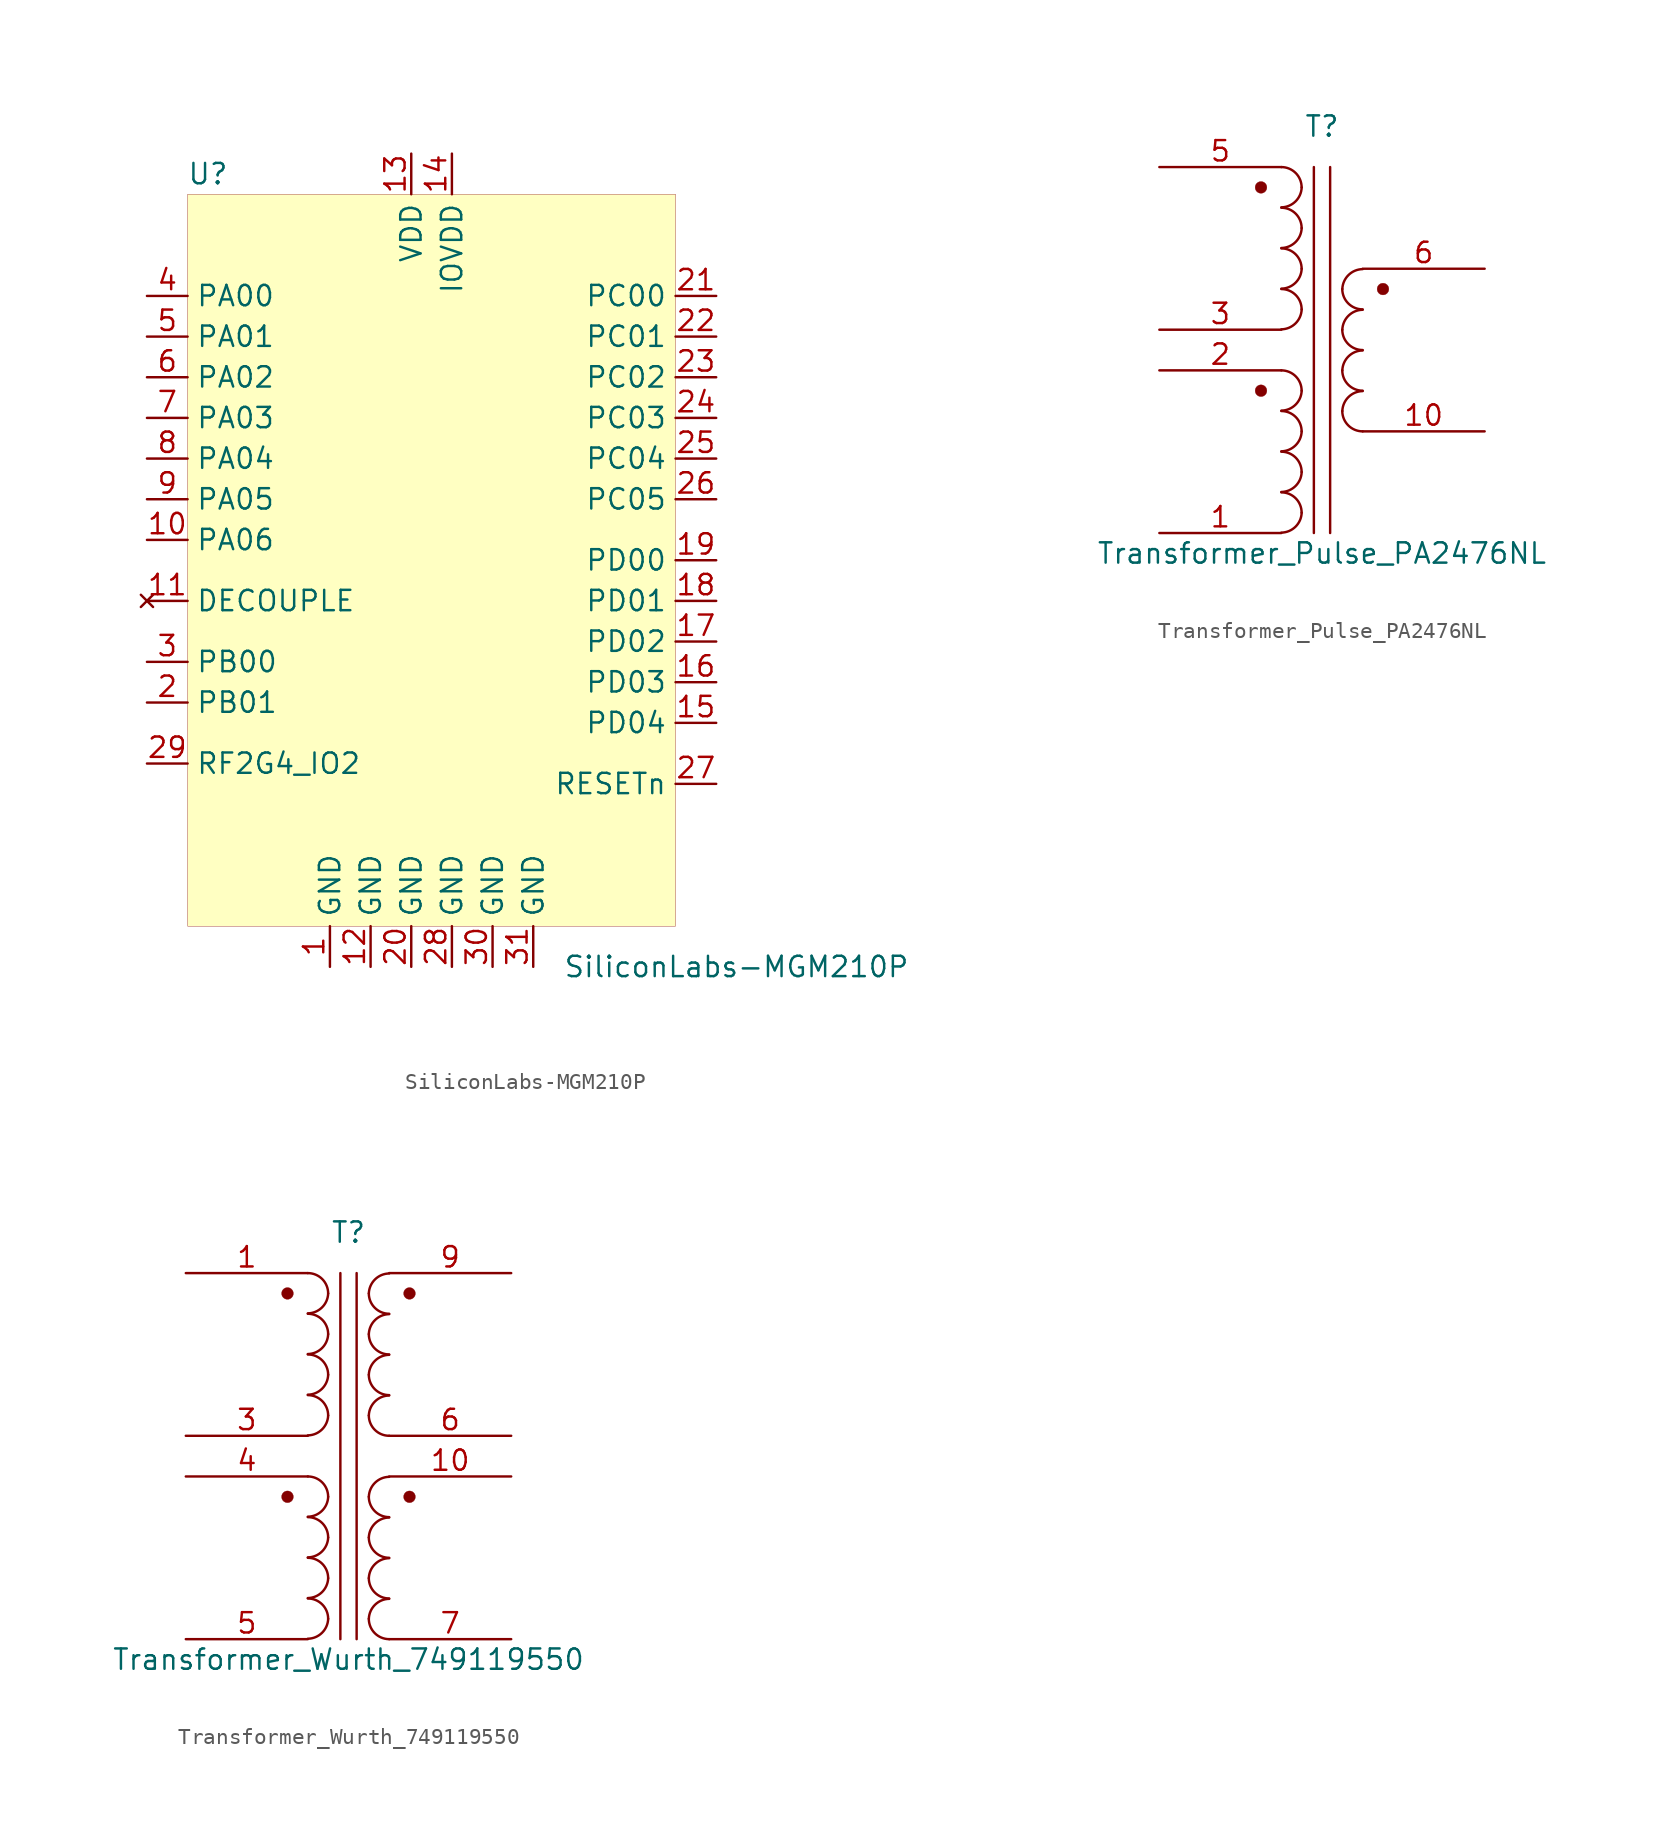
<source format=kicad_sym>
(kicad_symbol_lib
  (version 20211014)
  (generator kicad_symbol_editor)
  (symbol "SiliconLabs-MGM210P"
    (property "Reference" "U"
      (at -13.97 24.13 0)
      (effects (font (size 1.27 1.27))))
    (property "Value" "SiliconLabs-MGM210P"
      (at 19.05 -25.4 0)
      (effects (font (size 1.27 1.27))))
    (symbol "SiliconLabs-MGM210P_0_1"
      (rectangle (start -15.24 22.86) (end 15.24 -22.86) (stroke (width 0.001) (type default) (color 0 0 0 0)) (fill (type background))))
    (symbol "SiliconLabs-MGM210P_1_1"
      (pin power_in line (at -6.35 -25.4 90) (length 2.54) (name "GND" (effects (font (size 1.27 1.27)))) (number "1" (effects (font (size 1.27 1.27)))))
      (pin bidirectional line (at -17.78 1.27 0) (length 2.54) (name "PA06" (effects (font (size 1.27 1.27)))) (number "10" (effects (font (size 1.27 1.27)))))
      (pin no_connect line (at -17.78 -2.54 0) (length 2.54) (name "DECOUPLE" (effects (font (size 1.27 1.27)))) (number "11" (effects (font (size 1.27 1.27)))))
      (pin power_in line (at -3.81 -25.4 90) (length 2.54) (name "GND" (effects (font (size 1.27 1.27)))) (number "12" (effects (font (size 1.27 1.27)))))
      (pin power_in line (at -1.27 25.4 270) (length 2.54) (name "VDD" (effects (font (size 1.27 1.27)))) (number "13" (effects (font (size 1.27 1.27)))))
      (pin power_in line (at 1.27 25.4 270) (length 2.54) (name "IOVDD" (effects (font (size 1.27 1.27)))) (number "14" (effects (font (size 1.27 1.27)))))
      (pin bidirectional line (at 17.78 -10.16 180) (length 2.54) (name "PD04" (effects (font (size 1.27 1.27)))) (number "15" (effects (font (size 1.27 1.27)))))
      (pin bidirectional line (at 17.78 -7.62 180) (length 2.54) (name "PD03" (effects (font (size 1.27 1.27)))) (number "16" (effects (font (size 1.27 1.27)))))
      (pin bidirectional line (at 17.78 -5.08 180) (length 2.54) (name "PD02" (effects (font (size 1.27 1.27)))) (number "17" (effects (font (size 1.27 1.27)))))
      (pin bidirectional line (at 17.78 -2.54 180) (length 2.54) (name "PD01" (effects (font (size 1.27 1.27)))) (number "18" (effects (font (size 1.27 1.27)))))
      (pin bidirectional line (at 17.78 0 180) (length 2.54) (name "PD00" (effects (font (size 1.27 1.27)))) (number "19" (effects (font (size 1.27 1.27)))))
      (pin bidirectional line (at -17.78 -8.89 0) (length 2.54) (name "PB01" (effects (font (size 1.27 1.27)))) (number "2" (effects (font (size 1.27 1.27)))))
      (pin power_in line (at -1.27 -25.4 90) (length 2.54) (name "GND" (effects (font (size 1.27 1.27)))) (number "20" (effects (font (size 1.27 1.27)))))
      (pin bidirectional line (at 17.78 16.51 180) (length 2.54) (name "PC00" (effects (font (size 1.27 1.27)))) (number "21" (effects (font (size 1.27 1.27)))))
      (pin bidirectional line (at 17.78 13.97 180) (length 2.54) (name "PC01" (effects (font (size 1.27 1.27)))) (number "22" (effects (font (size 1.27 1.27)))))
      (pin bidirectional line (at 17.78 11.43 180) (length 2.54) (name "PC02" (effects (font (size 1.27 1.27)))) (number "23" (effects (font (size 1.27 1.27)))))
      (pin bidirectional line (at 17.78 8.89 180) (length 2.54) (name "PC03" (effects (font (size 1.27 1.27)))) (number "24" (effects (font (size 1.27 1.27)))))
      (pin bidirectional line (at 17.78 6.35 180) (length 2.54) (name "PC04" (effects (font (size 1.27 1.27)))) (number "25" (effects (font (size 1.27 1.27)))))
      (pin bidirectional line (at 17.78 3.81 180) (length 2.54) (name "PC05" (effects (font (size 1.27 1.27)))) (number "26" (effects (font (size 1.27 1.27)))))
      (pin bidirectional line (at 17.78 -13.97 180) (length 2.54) (name "RESETn" (effects (font (size 1.27 1.27)))) (number "27" (effects (font (size 1.27 1.27)))))
      (pin power_in line (at 1.27 -25.4 90) (length 2.54) (name "GND" (effects (font (size 1.27 1.27)))) (number "28" (effects (font (size 1.27 1.27)))))
      (pin input line (at -17.78 -12.7 0) (length 2.54) (name "RF2G4_IO2" (effects (font (size 1.27 1.27)))) (number "29" (effects (font (size 1.27 1.27)))))
      (pin bidirectional line (at -17.78 -6.35 0) (length 2.54) (name "PB00" (effects (font (size 1.27 1.27)))) (number "3" (effects (font (size 1.27 1.27)))))
      (pin power_in line (at 3.81 -25.4 90) (length 2.54) (name "GND" (effects (font (size 1.27 1.27)))) (number "30" (effects (font (size 1.27 1.27)))))
      (pin power_in line (at 6.35 -25.4 90) (length 2.54) (name "GND" (effects (font (size 1.27 1.27)))) (number "31" (effects (font (size 1.27 1.27)))))
      (pin bidirectional line (at -17.78 16.51 0) (length 2.54) (name "PA00" (effects (font (size 1.27 1.27)))) (number "4" (effects (font (size 1.27 1.27)))))
      (pin bidirectional line (at -17.78 13.97 0) (length 2.54) (name "PA01" (effects (font (size 1.27 1.27)))) (number "5" (effects (font (size 1.27 1.27)))))
      (pin bidirectional line (at -17.78 11.43 0) (length 2.54) (name "PA02" (effects (font (size 1.27 1.27)))) (number "6" (effects (font (size 1.27 1.27)))))
      (pin bidirectional line (at -17.78 8.89 0) (length 2.54) (name "PA03" (effects (font (size 1.27 1.27)))) (number "7" (effects (font (size 1.27 1.27)))))
      (pin bidirectional line (at -17.78 6.35 0) (length 2.54) (name "PA04" (effects (font (size 1.27 1.27)))) (number "8" (effects (font (size 1.27 1.27)))))
      (pin bidirectional line (at -17.78 3.81 0) (length 2.54) (name "PA05" (effects (font (size 1.27 1.27)))) (number "9" (effects (font (size 1.27 1.27)))))))
  (symbol "Transformer_Pulse_PA2476NL"
    (pin_names
      (offset 1.016) hide)
    (property "Reference" "T"
      (at 0 12.7 0)
      (effects (font (size 1.27 1.27))))
    (property "Value" "Transformer_Pulse_PA2476NL"
      (at 0 -13.97 0)
      (effects (font (size 1.27 1.27))))
    (symbol "Transformer_Pulse_PA2476NL_0_1"
      (circle (center -3.81 -3.81) (radius 0.366) (stroke (width 0.001) (type default) (color 0 0 0 0)) (fill (type outline)))
      (circle (center -3.81 8.89) (radius 0.366) (stroke (width 0.001) (type default) (color 0 0 0 0)) (fill (type outline)))
      (arc (start -2.54 -12.6746) (mid -1.6599 -12.3101) (end -1.27 -11.43) (stroke (width 0) (type default) (color 0 0 0 0)) (fill (type none)))
      (arc (start -2.54 -10.1346) (mid -1.6599 -9.7701) (end -1.27 -8.89) (stroke (width 0) (type default) (color 0 0 0 0)) (fill (type none)))
      (arc (start -2.54 -7.5946) (mid -1.6599 -7.2301) (end -1.27 -6.35) (stroke (width 0) (type default) (color 0 0 0 0)) (fill (type none)))
      (arc (start -2.54 -5.0546) (mid -1.6599 -4.6901) (end -1.27 -3.81) (stroke (width 0) (type default) (color 0 0 0 0)) (fill (type none)))
      (arc (start -2.54 0.0254) (mid -1.6599 0.3899) (end -1.27 1.27) (stroke (width 0) (type default) (color 0 0 0 0)) (fill (type none)))
      (arc (start -2.54 2.5654) (mid -1.6599 2.9299) (end -1.27 3.81) (stroke (width 0) (type default) (color 0 0 0 0)) (fill (type none)))
      (arc (start -2.54 5.1054) (mid -1.6599 5.4699) (end -1.27 6.35) (stroke (width 0) (type default) (color 0 0 0 0)) (fill (type none)))
      (arc (start -2.54 7.6454) (mid -1.6599 8.0099) (end -1.27 8.89) (stroke (width 0) (type default) (color 0 0 0 0)) (fill (type none)))
      (arc (start -1.27 -11.43) (mid -1.642 -10.532) (end -2.54 -10.16) (stroke (width 0) (type default) (color 0 0 0 0)) (fill (type none)))
      (arc (start -1.27 -8.89) (mid -1.642 -7.992) (end -2.54 -7.62) (stroke (width 0) (type default) (color 0 0 0 0)) (fill (type none)))
      (arc (start -1.27 -6.35) (mid -1.642 -5.452) (end -2.54 -5.08) (stroke (width 0) (type default) (color 0 0 0 0)) (fill (type none)))
      (arc (start -1.27 -3.81) (mid -1.642 -2.912) (end -2.54 -2.54) (stroke (width 0) (type default) (color 0 0 0 0)) (fill (type none)))
      (arc (start -1.27 1.27) (mid -1.642 2.168) (end -2.54 2.54) (stroke (width 0) (type default) (color 0 0 0 0)) (fill (type none)))
      (arc (start -1.27 3.81) (mid -1.642 4.708) (end -2.54 5.08) (stroke (width 0) (type default) (color 0 0 0 0)) (fill (type none)))
      (arc (start -1.27 6.35) (mid -1.642 7.248) (end -2.54 7.62) (stroke (width 0) (type default) (color 0 0 0 0)) (fill (type none)))
      (arc (start -1.27 8.89) (mid -1.642 9.788) (end -2.54 10.16) (stroke (width 0) (type default) (color 0 0 0 0)) (fill (type none)))
      (polyline (pts (xy -0.508 -12.7) (xy -0.508 10.16)) (stroke (width 0) (type default) (color 0 0 0 0)) (fill (type none)))
      (polyline (pts (xy 0.508 10.16) (xy 0.508 -12.7)) (stroke (width 0) (type default) (color 0 0 0 0)) (fill (type none)))
      (arc (start 1.27 -5.08) (mid 1.642 -5.978) (end 2.54 -6.35) (stroke (width 0) (type default) (color 0 0 0 0)) (fill (type none)))
      (arc (start 1.27 -2.54) (mid 1.642 -3.438) (end 2.54 -3.81) (stroke (width 0) (type default) (color 0 0 0 0)) (fill (type none)))
      (arc (start 1.27 0) (mid 1.642 -0.898) (end 2.54 -1.27) (stroke (width 0) (type default) (color 0 0 0 0)) (fill (type none)))
      (arc (start 1.27 2.54) (mid 1.642 1.642) (end 2.54 1.27) (stroke (width 0) (type default) (color 0 0 0 0)) (fill (type none)))
      (arc (start 2.54 -3.8354) (mid 1.6599 -4.1999) (end 1.27 -5.08) (stroke (width 0) (type default) (color 0 0 0 0)) (fill (type none)))
      (arc (start 2.54 -1.2954) (mid 1.6599 -1.6599) (end 1.27 -2.54) (stroke (width 0) (type default) (color 0 0 0 0)) (fill (type none)))
      (arc (start 2.54 1.2446) (mid 1.6599 0.8801) (end 1.27 0) (stroke (width 0) (type default) (color 0 0 0 0)) (fill (type none)))
      (arc (start 2.54 3.7846) (mid 1.6599 3.4201) (end 1.27 2.54) (stroke (width 0) (type default) (color 0 0 0 0)) (fill (type none)))
      (circle (center 3.81 2.54) (radius 0.366) (stroke (width 0.001) (type default) (color 0 0 0 0)) (fill (type outline))))
    (symbol "Transformer_Pulse_PA2476NL_1_1"
      (pin passive line (at -10.16 -12.7 0) (length 7.62) (name "N4B" (effects (font (size 1.27 1.27)))) (number "1" (effects (font (size 1.27 1.27)))))
      (pin passive line (at 10.16 -6.35 180) (length 7.62) (name "N2B" (effects (font (size 1.27 1.27)))) (number "10" (effects (font (size 1.27 1.27)))))
      (pin passive line (at -10.16 -2.54 0) (length 7.62) (name "N4A" (effects (font (size 1.27 1.27)))) (number "2" (effects (font (size 1.27 1.27)))))
      (pin passive line (at -10.16 0 0) (length 7.62) (name "N1B" (effects (font (size 1.27 1.27)))) (number "3" (effects (font (size 1.27 1.27)))))
      (pin passive line (at -10.16 10.16 0) (length 7.62) (name "N1A" (effects (font (size 1.27 1.27)))) (number "5" (effects (font (size 1.27 1.27)))))
      (pin passive line (at 10.16 3.81 180) (length 7.62) (name "N2A" (effects (font (size 1.27 1.27)))) (number "6" (effects (font (size 1.27 1.27)))))))
  (symbol "Transformer_Wurth_749119550"
    (pin_names
      (offset 1.016) hide)
    (property "Reference" "T"
      (at 0 12.7 0)
      (effects (font (size 1.27 1.27))))
    (property "Value" "Transformer_Wurth_749119550"
      (at 0 -13.97 0)
      (effects (font (size 1.27 1.27))))
    (symbol "Transformer_Wurth_749119550_0_1"
      (circle (center -3.81 -3.81) (radius 0.366) (stroke (width 0.001) (type default) (color 0 0 0 0)) (fill (type outline)))
      (circle (center -3.81 8.89) (radius 0.366) (stroke (width 0.001) (type default) (color 0 0 0 0)) (fill (type outline)))
      (arc (start -2.54 -12.6746) (mid -1.6599 -12.3101) (end -1.27 -11.43) (stroke (width 0) (type default) (color 0 0 0 0)) (fill (type none)))
      (arc (start -2.54 -10.1346) (mid -1.6599 -9.7701) (end -1.27 -8.89) (stroke (width 0) (type default) (color 0 0 0 0)) (fill (type none)))
      (arc (start -2.54 -7.5946) (mid -1.6599 -7.2301) (end -1.27 -6.35) (stroke (width 0) (type default) (color 0 0 0 0)) (fill (type none)))
      (arc (start -2.54 -5.0546) (mid -1.6599 -4.6901) (end -1.27 -3.81) (stroke (width 0) (type default) (color 0 0 0 0)) (fill (type none)))
      (arc (start -2.54 0.0254) (mid -1.6599 0.3899) (end -1.27 1.27) (stroke (width 0) (type default) (color 0 0 0 0)) (fill (type none)))
      (arc (start -2.54 2.5654) (mid -1.6599 2.9299) (end -1.27 3.81) (stroke (width 0) (type default) (color 0 0 0 0)) (fill (type none)))
      (arc (start -2.54 5.1054) (mid -1.6599 5.4699) (end -1.27 6.35) (stroke (width 0) (type default) (color 0 0 0 0)) (fill (type none)))
      (arc (start -2.54 7.6454) (mid -1.6599 8.0099) (end -1.27 8.89) (stroke (width 0) (type default) (color 0 0 0 0)) (fill (type none)))
      (arc (start -1.27 -11.43) (mid -1.642 -10.532) (end -2.54 -10.16) (stroke (width 0) (type default) (color 0 0 0 0)) (fill (type none)))
      (arc (start -1.27 -8.89) (mid -1.642 -7.992) (end -2.54 -7.62) (stroke (width 0) (type default) (color 0 0 0 0)) (fill (type none)))
      (arc (start -1.27 -6.35) (mid -1.642 -5.452) (end -2.54 -5.08) (stroke (width 0) (type default) (color 0 0 0 0)) (fill (type none)))
      (arc (start -1.27 -3.81) (mid -1.642 -2.912) (end -2.54 -2.54) (stroke (width 0) (type default) (color 0 0 0 0)) (fill (type none)))
      (arc (start -1.27 1.27) (mid -1.642 2.168) (end -2.54 2.54) (stroke (width 0) (type default) (color 0 0 0 0)) (fill (type none)))
      (arc (start -1.27 3.81) (mid -1.642 4.708) (end -2.54 5.08) (stroke (width 0) (type default) (color 0 0 0 0)) (fill (type none)))
      (arc (start -1.27 6.35) (mid -1.642 7.248) (end -2.54 7.62) (stroke (width 0) (type default) (color 0 0 0 0)) (fill (type none)))
      (arc (start -1.27 8.89) (mid -1.642 9.788) (end -2.54 10.16) (stroke (width 0) (type default) (color 0 0 0 0)) (fill (type none)))
      (polyline (pts (xy -0.508 -12.7) (xy -0.508 10.16)) (stroke (width 0) (type default) (color 0 0 0 0)) (fill (type none)))
      (polyline (pts (xy 0.508 10.16) (xy 0.508 -12.7)) (stroke (width 0) (type default) (color 0 0 0 0)) (fill (type none)))
      (arc (start 1.27 -11.43) (mid 1.642 -12.328) (end 2.54 -12.7) (stroke (width 0) (type default) (color 0 0 0 0)) (fill (type none)))
      (arc (start 1.27 -8.89) (mid 1.642 -9.788) (end 2.54 -10.16) (stroke (width 0) (type default) (color 0 0 0 0)) (fill (type none)))
      (arc (start 1.27 -6.35) (mid 1.642 -7.248) (end 2.54 -7.62) (stroke (width 0) (type default) (color 0 0 0 0)) (fill (type none)))
      (arc (start 1.27 -3.81) (mid 1.642 -4.708) (end 2.54 -5.08) (stroke (width 0) (type default) (color 0 0 0 0)) (fill (type none)))
      (arc (start 1.27 1.27) (mid 1.642 0.372) (end 2.54 0) (stroke (width 0) (type default) (color 0 0 0 0)) (fill (type none)))
      (arc (start 1.27 3.81) (mid 1.642 2.912) (end 2.54 2.54) (stroke (width 0) (type default) (color 0 0 0 0)) (fill (type none)))
      (arc (start 1.27 6.35) (mid 1.642 5.452) (end 2.54 5.08) (stroke (width 0) (type default) (color 0 0 0 0)) (fill (type none)))
      (arc (start 1.27 8.89) (mid 1.642 7.992) (end 2.54 7.62) (stroke (width 0) (type default) (color 0 0 0 0)) (fill (type none)))
      (arc (start 2.54 -10.1854) (mid 1.6599 -10.5499) (end 1.27 -11.43) (stroke (width 0) (type default) (color 0 0 0 0)) (fill (type none)))
      (arc (start 2.54 -7.6454) (mid 1.6599 -8.0099) (end 1.27 -8.89) (stroke (width 0) (type default) (color 0 0 0 0)) (fill (type none)))
      (arc (start 2.54 -5.1054) (mid 1.6599 -5.4699) (end 1.27 -6.35) (stroke (width 0) (type default) (color 0 0 0 0)) (fill (type none)))
      (arc (start 2.54 -2.5654) (mid 1.6599 -2.9299) (end 1.27 -3.81) (stroke (width 0) (type default) (color 0 0 0 0)) (fill (type none)))
      (arc (start 2.54 2.5146) (mid 1.6599 2.1501) (end 1.27 1.27) (stroke (width 0) (type default) (color 0 0 0 0)) (fill (type none)))
      (arc (start 2.54 5.0546) (mid 1.6599 4.6901) (end 1.27 3.81) (stroke (width 0) (type default) (color 0 0 0 0)) (fill (type none)))
      (arc (start 2.54 7.5946) (mid 1.6599 7.2301) (end 1.27 6.35) (stroke (width 0) (type default) (color 0 0 0 0)) (fill (type none)))
      (arc (start 2.54 10.1346) (mid 1.6599 9.7701) (end 1.27 8.89) (stroke (width 0) (type default) (color 0 0 0 0)) (fill (type none)))
      (circle (center 3.81 -3.81) (radius 0.366) (stroke (width 0.001) (type default) (color 0 0 0 0)) (fill (type outline)))
      (circle (center 3.81 8.89) (radius 0.366) (stroke (width 0.001) (type default) (color 0 0 0 0)) (fill (type outline))))
    (symbol "Transformer_Wurth_749119550_1_1"
      (pin passive line (at -10.16 10.16 0) (length 7.62) (name "N1A" (effects (font (size 1.27 1.27)))) (number "1" (effects (font (size 1.27 1.27)))))
      (pin passive line (at 10.16 -2.54 180) (length 7.62) (name "N3A" (effects (font (size 1.27 1.27)))) (number "10" (effects (font (size 1.27 1.27)))))
      (pin passive line (at -10.16 0 0) (length 7.62) (name "N1B" (effects (font (size 1.27 1.27)))) (number "3" (effects (font (size 1.27 1.27)))))
      (pin passive line (at -10.16 -2.54 0) (length 7.62) (name "N4A" (effects (font (size 1.27 1.27)))) (number "4" (effects (font (size 1.27 1.27)))))
      (pin passive line (at -10.16 -12.7 0) (length 7.62) (name "N4B" (effects (font (size 1.27 1.27)))) (number "5" (effects (font (size 1.27 1.27)))))
      (pin passive line (at 10.16 0 180) (length 7.62) (name "N2B" (effects (font (size 1.27 1.27)))) (number "6" (effects (font (size 1.27 1.27)))))
      (pin passive line (at 10.16 -12.7 180) (length 7.62) (name "N3B" (effects (font (size 1.27 1.27)))) (number "7" (effects (font (size 1.27 1.27)))))
      (pin passive line (at 10.16 10.16 180) (length 7.62) (name "N2A" (effects (font (size 1.27 1.27)))) (number "9" (effects (font (size 1.27 1.27))))))))
</source>
